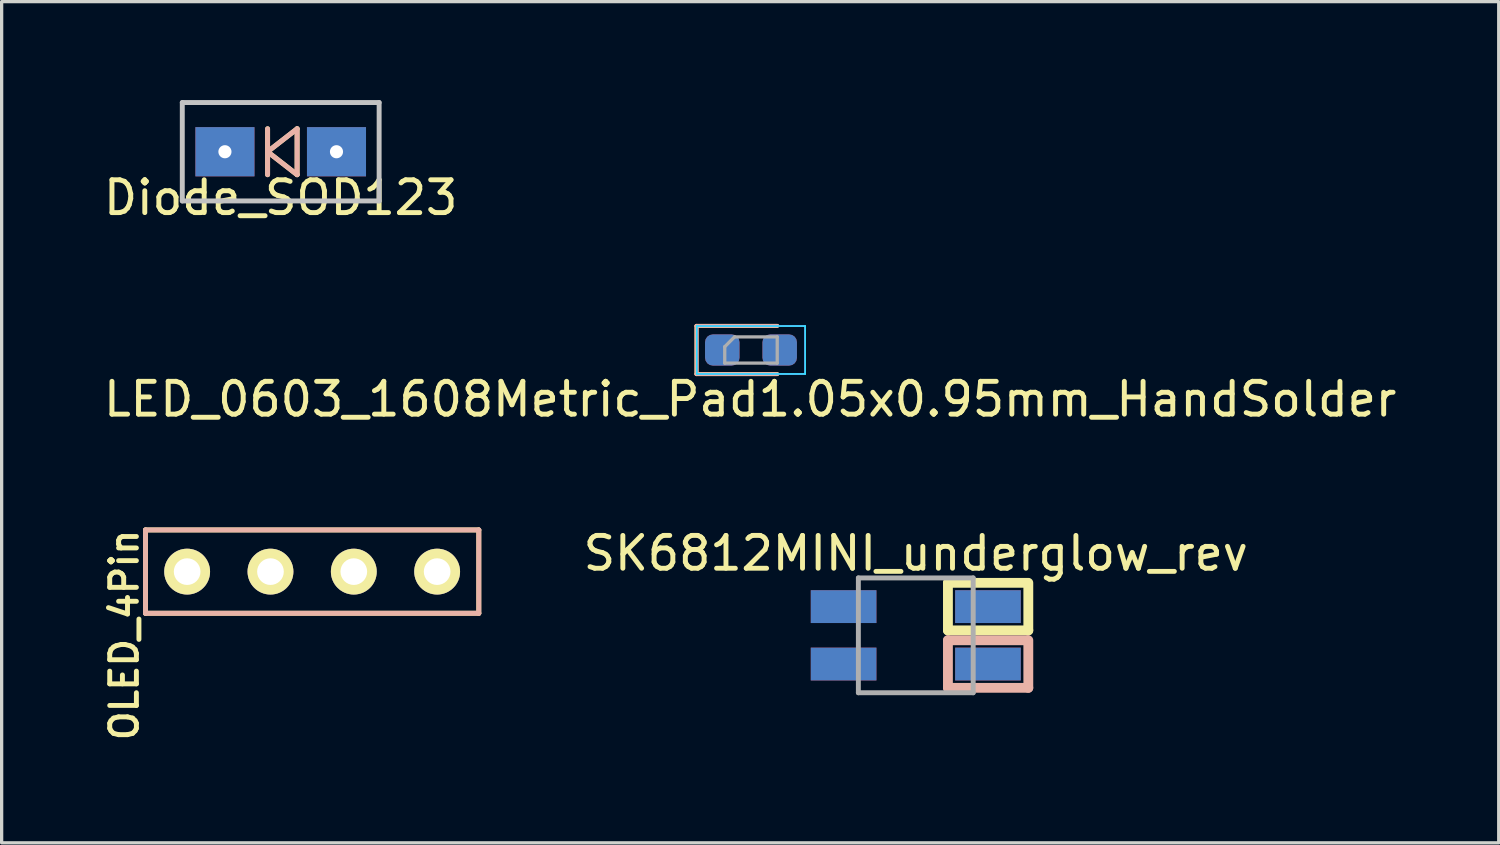
<source format=kicad_pcb>
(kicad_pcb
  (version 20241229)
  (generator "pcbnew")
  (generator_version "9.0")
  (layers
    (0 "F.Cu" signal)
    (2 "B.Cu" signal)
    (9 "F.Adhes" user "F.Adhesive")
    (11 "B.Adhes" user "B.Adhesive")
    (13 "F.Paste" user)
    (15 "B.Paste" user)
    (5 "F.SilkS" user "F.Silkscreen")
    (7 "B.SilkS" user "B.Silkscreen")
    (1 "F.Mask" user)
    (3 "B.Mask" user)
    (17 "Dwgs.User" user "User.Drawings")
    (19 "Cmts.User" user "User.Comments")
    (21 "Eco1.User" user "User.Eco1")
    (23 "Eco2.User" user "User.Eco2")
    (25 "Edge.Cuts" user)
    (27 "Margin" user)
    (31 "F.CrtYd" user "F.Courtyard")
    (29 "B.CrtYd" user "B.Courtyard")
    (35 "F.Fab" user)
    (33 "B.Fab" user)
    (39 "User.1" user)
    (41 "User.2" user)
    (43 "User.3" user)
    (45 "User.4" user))
  (footprint "Diode_SOD123"
    (placed yes)
    (layer "F.Cu")
    (at 5.506 1.575)
    (property "Reference" "Diode_SOD123" (at 0 1.4 0) (layer "F.SilkS") (effects (font (size 1 1) (thickness 0.15))))
    (attr through_hole)
    (fp_line (start -0.4 -0.7) (end -0.4 0.7) (stroke (width 0.15) (type solid)) (layer "F.SilkS"))
    (fp_line (start -0.4 0) (end 0.5 -0.7) (stroke (width 0.15) (type solid)) (layer "F.SilkS"))
    (fp_line (start 0.5 -0.7) (end 0.5 0.7) (stroke (width 0.15) (type solid)) (layer "F.SilkS"))
    (fp_line (start 0.5 0.7) (end -0.4 0) (stroke (width 0.15) (type solid)) (layer "F.SilkS"))
    (fp_line (start -0.4 -0.7) (end -0.4 0.7) (stroke (width 0.15) (type solid)) (layer "B.SilkS"))
    (fp_line (start -0.4 0) (end 0.5 -0.7) (stroke (width 0.15) (type solid)) (layer "B.SilkS"))
    (fp_line (start 0.5 -0.7) (end 0.5 0.7) (stroke (width 0.15) (type solid)) (layer "B.SilkS"))
    (fp_line (start 0.5 0.7) (end -0.4 0) (stroke (width 0.15) (type solid)) (layer "B.SilkS"))
    (fp_line (start -3 -1.5) (end -3 1.5) (stroke (width 0.15) (type solid)) (layer "Dwgs.User"))
    (fp_line (start -3 -1.5) (end 3 -1.5) (stroke (width 0.15) (type solid)) (layer "Dwgs.User"))
    (fp_line (start -3 1.5) (end 3 1.5) (stroke (width 0.15) (type solid)) (layer "Dwgs.User"))
    (fp_line (start 3 -1.5) (end 3 1.5) (stroke (width 0.15) (type solid)) (layer "Dwgs.User"))
    (pad "1" thru_hole rect (at -1.7 0) (size 1.8 1.5) (drill 0.4) (layers "*.Cu" "*.Mask"))
    (pad "2" thru_hole rect (at 1.7 0) (size 1.8 1.5) (drill 0.4) (layers "*.Cu" "*.Mask")))
  (footprint "OLED_4Pin"
    (layer "F.Cu")
    (at 2.654 14.373)
    (property "Reference" "OLED_4Pin" (at -1.915 1.93 90) (layer "F.SilkS") (effects (font (size 0.813 0.813) (thickness 0.15))))
    (attr through_hole)
    (fp_line (start -1.27 -1.27) (end 8.89 -1.27) (stroke (width 0.15) (type solid)) (layer "F.SilkS"))
    (fp_line (start -1.27 1.27) (end -1.27 -1.27) (stroke (width 0.15) (type solid)) (layer "F.SilkS"))
    (fp_line (start -1.27 1.27) (end 8.89 1.27) (stroke (width 0.15) (type solid)) (layer "F.SilkS"))
    (fp_line (start 8.89 -1.27) (end 8.89 1.27) (stroke (width 0.15) (type solid)) (layer "F.SilkS"))
    (fp_line (start -1.27 -1.27) (end 8.89 -1.27) (stroke (width 0.15) (type solid)) (layer "B.SilkS"))
    (fp_line (start -1.27 1.27) (end -1.27 -1.27) (stroke (width 0.15) (type solid)) (layer "B.SilkS"))
    (fp_line (start 8.89 -1.27) (end 8.89 1.27) (stroke (width 0.15) (type solid)) (layer "B.SilkS"))
    (fp_line (start 8.89 1.27) (end -1.27 1.27) (stroke (width 0.15) (type solid)) (layer "B.SilkS"))
    (pad "1" thru_hole circle (at 0 0) (size 1.397 1.397) (drill 0.813) (layers "*.Cu" "*.Mask" "F.SilkS"))
    (pad "2" thru_hole circle (at 2.54 0) (size 1.397 1.397) (drill 0.813) (layers "*.Cu" "*.Mask" "F.SilkS"))
    (pad "3" thru_hole circle (at 5.08 0) (size 1.397 1.397) (drill 0.813) (layers "*.Cu" "*.Mask" "F.SilkS"))
    (pad "4" thru_hole circle (at 7.62 0) (size 1.397 1.397) (drill 0.813) (layers "*.Cu" "*.Mask" "F.SilkS")))
  (footprint "SK6812MINI_underglow_rev"
    (layer "F.Cu")
    (at 24.863 16.315)
    (property "Reference" "SK6812MINI_underglow_rev" (at 0 -2.5 0) (layer "F.SilkS") (effects (font (size 1 1) (thickness 0.15))))
    (attr through_hole)
    (fp_line (start 0.98 -1.6) (end 3.4 -1.6) (stroke (width 0.3) (type solid)) (layer "F.SilkS"))
    (fp_line (start 0.98 -0.15) (end 0.98 -1.6) (stroke (width 0.3) (type solid)) (layer "F.SilkS"))
    (fp_line (start 3.43 -1.6) (end 3.43 -0.15) (stroke (width 0.3) (type solid)) (layer "F.SilkS"))
    (fp_line (start 3.43 -0.15) (end 0.98 -0.15) (stroke (width 0.3) (type solid)) (layer "F.SilkS"))
    (fp_line (start 0.98 0.15) (end 3.4 0.15) (stroke (width 0.3) (type solid)) (layer "B.SilkS"))
    (fp_line (start 0.98 1.6) (end 0.98 0.15) (stroke (width 0.3) (type solid)) (layer "B.SilkS"))
    (fp_line (start 3.43 0.15) (end 3.43 1.6) (stroke (width 0.3) (type solid)) (layer "B.SilkS"))
    (fp_line (start 3.43 1.6) (end 0.98 1.6) (stroke (width 0.3) (type solid)) (layer "B.SilkS"))
    (fp_line (start -1.75 -1.75) (end -1.75 1.75) (stroke (width 0.15) (type solid)) (layer "F.Fab"))
    (fp_line (start -1.75 -1.75) (end 1.75 -1.75) (stroke (width 0.15) (type solid)) (layer "F.Fab"))
    (fp_line (start 1.75 -1.75) (end 1.75 1.75) (stroke (width 0.15) (type solid)) (layer "F.Fab"))
    (fp_line (start 1.75 1.75) (end -1.75 1.75) (stroke (width 0.15) (type solid)) (layer "F.Fab"))
    (pad "1" smd rect (at -2.2 -0.875) (size 2 1) (layers "F.Cu" "F.Mask" "F.Paste"))
    (pad "1" smd rect (at -2.2 0.875) (size 2 1) (layers "B.Cu" "B.Mask" "B.Paste"))
    (pad "2" smd rect (at 2.2 -0.875) (size 2 1) (layers "F.Cu" "F.Mask" "F.Paste"))
    (pad "2" smd rect (at 2.2 0.875) (size 2 1) (layers "B.Cu" "B.Mask" "B.Paste"))
    (pad "3" smd rect (at 2.2 -0.875) (size 2 1) (layers "B.Cu" "B.Mask" "B.Paste"))
    (pad "3" smd rect (at 2.2 0.875) (size 2 1) (layers "F.Cu" "F.Mask" "F.Paste"))
    (pad "4" smd rect (at -2.2 -0.875) (size 2 1) (layers "B.Cu" "B.Mask" "B.Paste"))
    (pad "4" smd rect (at -2.2 0.875) (size 2 1) (layers "F.Cu" "F.Mask" "F.Paste")))
  (footprint "LED_0603_1608Metric_Pad1.05x0.95mm_HandSolder"
    (layer "F.Cu")
    (at 19.84 7.618)
    (property "Reference" "LED_0603_1608Metric_Pad1.05x0.95mm_HandSolder" (at -0.025 1.5 0) (layer "F.SilkS") (effects (font (size 1 1) (thickness 0.15))))
    (attr smd)
    (fp_line (start -1.66 -0.735) (end -1.66 0.735) (stroke (width 0.12) (type solid)) (layer "F.SilkS"))
    (fp_line (start -1.66 0.735) (end 0.8 0.735) (stroke (width 0.12) (type solid)) (layer "F.SilkS"))
    (fp_line (start 0.8 -0.735) (end -1.66 -0.735) (stroke (width 0.12) (type solid)) (layer "F.SilkS"))
    (fp_line (start -1.66 -0.735) (end 0.8 -0.735) (stroke (width 0.12) (type solid)) (layer "B.SilkS"))
    (fp_line (start -1.66 0.735) (end -1.66 -0.735) (stroke (width 0.12) (type solid)) (layer "B.SilkS"))
    (fp_line (start 0.8 0.735) (end -1.66 0.735) (stroke (width 0.12) (type solid)) (layer "B.SilkS"))
    (fp_line (start -1.65 -0.73) (end -1.65 0.73) (stroke (width 0.05) (type solid)) (layer "B.CrtYd"))
    (fp_line (start -1.65 0.73) (end 1.65 0.73) (stroke (width 0.05) (type solid)) (layer "B.CrtYd"))
    (fp_line (start 1.65 -0.73) (end -1.65 -0.73) (stroke (width 0.05) (type solid)) (layer "B.CrtYd"))
    (fp_line (start 1.65 0.73) (end 1.65 -0.73) (stroke (width 0.05) (type solid)) (layer "B.CrtYd"))
    (fp_line (start -1.65 -0.73) (end 1.65 -0.73) (stroke (width 0.05) (type solid)) (layer "F.CrtYd"))
    (fp_line (start -1.65 0.73) (end -1.65 -0.73) (stroke (width 0.05) (type solid)) (layer "F.CrtYd"))
    (fp_line (start 1.65 -0.73) (end 1.65 0.73) (stroke (width 0.05) (type solid)) (layer "F.CrtYd"))
    (fp_line (start 1.65 0.73) (end -1.65 0.73) (stroke (width 0.05) (type solid)) (layer "F.CrtYd"))
    (fp_line (start -0.8 -0.1) (end -0.8 0.4) (stroke (width 0.1) (type solid)) (layer "F.Fab"))
    (fp_line (start -0.8 0.4) (end 0.8 0.4) (stroke (width 0.1) (type solid)) (layer "F.Fab"))
    (fp_line (start -0.5 -0.4) (end -0.8 -0.1) (stroke (width 0.1) (type solid)) (layer "F.Fab"))
    (fp_line (start 0.8 -0.4) (end -0.5 -0.4) (stroke (width 0.1) (type solid)) (layer "F.Fab"))
    (fp_line (start 0.8 0.4) (end 0.8 -0.4) (stroke (width 0.1) (type solid)) (layer "F.Fab"))
    (pad "1" smd roundrect (at -0.875 0) (size 1.05 0.95) (layers "*.Paste" "*.Mask" "F.Cu") (roundrect_rratio 0.25))
    (pad "1" smd roundrect (at -0.875 0) (size 1.05 0.95) (layers "*.Paste" "*.Mask" "B.Cu") (roundrect_rratio 0.25))
    (pad "2" smd roundrect (at 0.875 0) (size 1.05 0.95) (layers "*.Paste" "*.Mask" "F.Cu") (roundrect_rratio 0.25))
    (pad "2" smd roundrect (at 0.875 0) (size 1.05 0.95) (layers "*.Paste" "*.Mask" "B.Cu") (roundrect_rratio 0.25)))
  (gr_rect
    (start -3 -3)
    (end 42.631 22.64)
    (stroke (width 0.1) (type default))
    (fill no)
    (layer "Edge.Cuts")))
</source>
